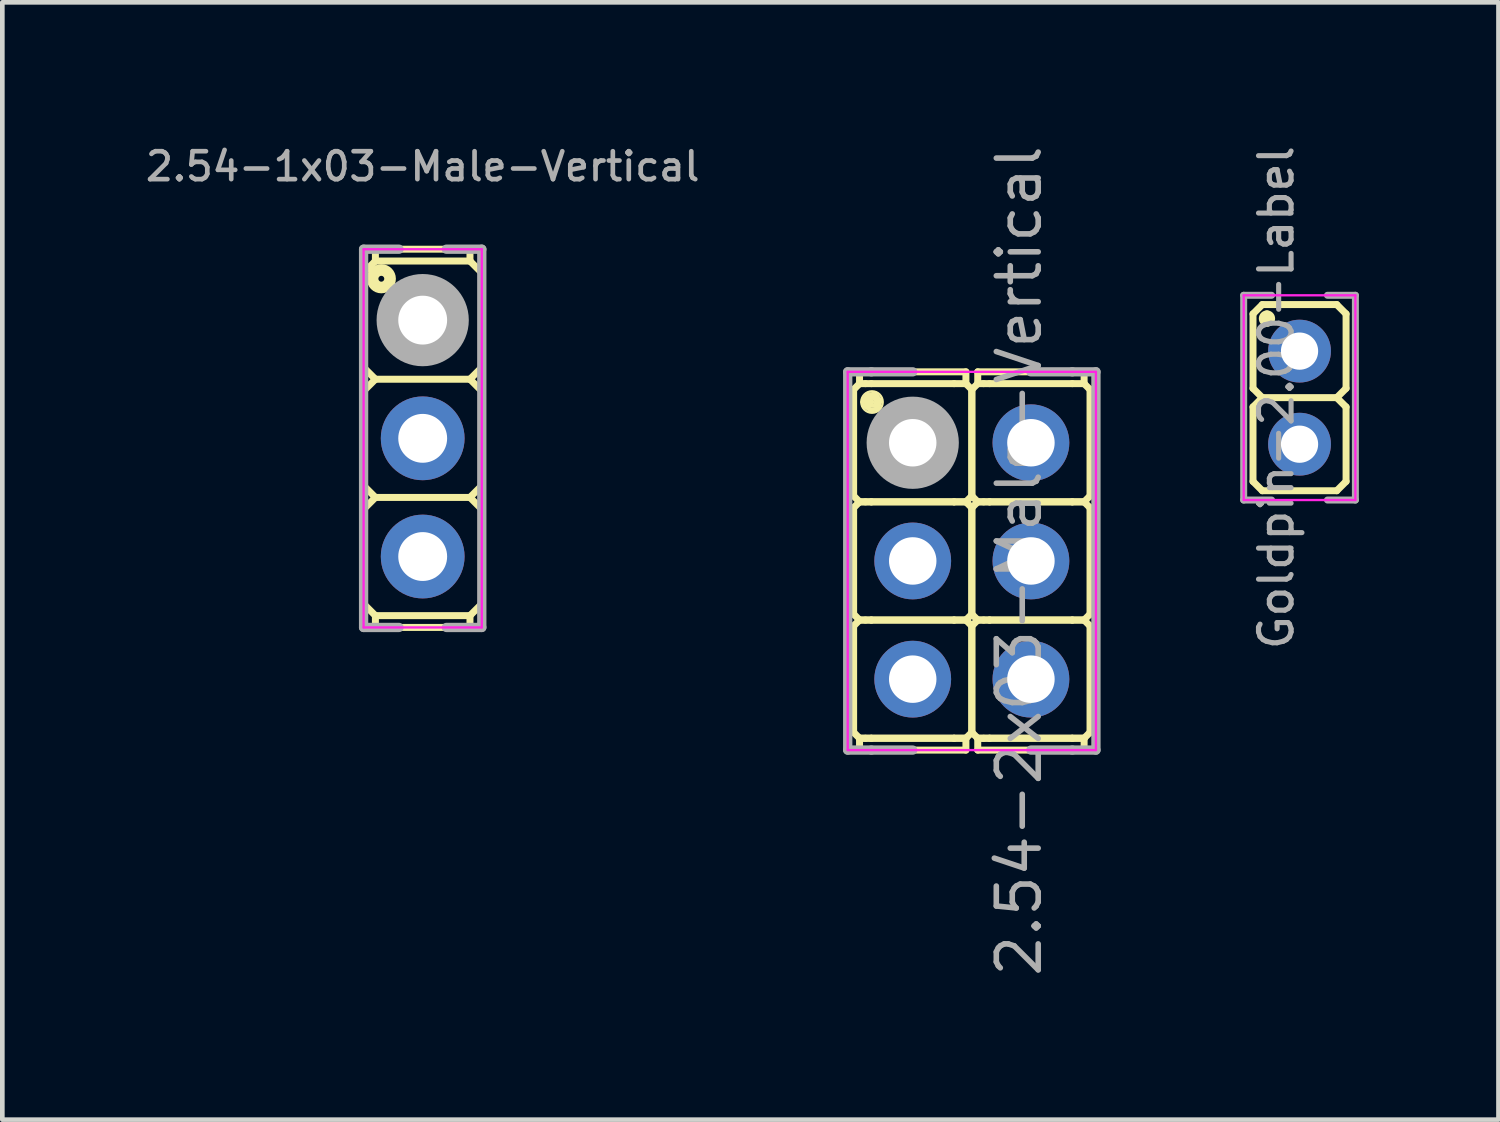
<source format=kicad_pcb>
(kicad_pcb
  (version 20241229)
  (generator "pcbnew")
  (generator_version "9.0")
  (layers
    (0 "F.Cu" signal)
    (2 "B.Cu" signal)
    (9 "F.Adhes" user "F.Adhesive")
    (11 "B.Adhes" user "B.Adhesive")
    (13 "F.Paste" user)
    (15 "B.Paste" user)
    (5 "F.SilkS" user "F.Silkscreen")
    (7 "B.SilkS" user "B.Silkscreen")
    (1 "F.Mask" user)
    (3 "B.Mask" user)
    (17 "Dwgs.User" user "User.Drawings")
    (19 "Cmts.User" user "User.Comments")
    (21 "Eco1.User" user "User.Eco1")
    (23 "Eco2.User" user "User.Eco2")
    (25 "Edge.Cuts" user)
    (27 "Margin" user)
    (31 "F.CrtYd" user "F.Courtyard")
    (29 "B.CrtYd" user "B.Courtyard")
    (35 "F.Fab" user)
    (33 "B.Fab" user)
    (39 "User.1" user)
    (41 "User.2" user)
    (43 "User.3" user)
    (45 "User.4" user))
  (footprint "2.54-1x03-Male-Vertical"
    (layer "F.Cu")
    (at 6.033 6.369)
    (property "Reference" "2.54-1x03-Male-Vertical" (at 0 -5.842 180) (layer "F.Fab") (effects (font (size 0.6 0.6) (thickness 0.1))))
    (attr through_hole)
    (fp_line (start -1.27 -3.556) (end -1.27 -1.524) (stroke (width 0.15) (type solid)) (layer "F.SilkS"))
    (fp_line (start -1.27 -3.556) (end -1.016 -3.81) (stroke (width 0.15) (type solid)) (layer "F.SilkS"))
    (fp_line (start -1.27 -1.524) (end -1.016 -1.27) (stroke (width 0.15) (type solid)) (layer "F.SilkS"))
    (fp_line (start -1.27 -1.016) (end -1.27 1.016) (stroke (width 0.15) (type solid)) (layer "F.SilkS"))
    (fp_line (start -1.27 1.016) (end -1.016 1.27) (stroke (width 0.15) (type solid)) (layer "F.SilkS"))
    (fp_line (start -1.27 1.524) (end -1.27 3.556) (stroke (width 0.15) (type solid)) (layer "F.SilkS"))
    (fp_line (start -1.27 3.556) (end -1.016 3.81) (stroke (width 0.15) (type solid)) (layer "F.SilkS"))
    (fp_line (start -1.016 -4.064) (end 1.016 -4.064) (stroke (width 0.15) (type solid)) (layer "F.SilkS"))
    (fp_line (start -1.016 -3.81) (end -1.016 -4.064) (stroke (width 0.15) (type solid)) (layer "F.SilkS"))
    (fp_line (start -1.016 -3.81) (end 1.016 -3.81) (stroke (width 0.15) (type solid)) (layer "F.SilkS"))
    (fp_line (start -1.016 -1.27) (end -1.27 -1.016) (stroke (width 0.15) (type solid)) (layer "F.SilkS"))
    (fp_line (start -1.016 1.27) (end -1.27 1.524) (stroke (width 0.15) (type solid)) (layer "F.SilkS"))
    (fp_line (start -1.016 1.27) (end 1.016 1.27) (stroke (width 0.15) (type solid)) (layer "F.SilkS"))
    (fp_line (start -1.016 3.81) (end -1.016 4.064) (stroke (width 0.15) (type solid)) (layer "F.SilkS"))
    (fp_line (start -1.016 4.064) (end 1.016 4.064) (stroke (width 0.15) (type solid)) (layer "F.SilkS"))
    (fp_line (start 1.016 -4.064) (end 1.016 -3.81) (stroke (width 0.15) (type solid)) (layer "F.SilkS"))
    (fp_line (start 1.016 -3.81) (end 1.27 -3.556) (stroke (width 0.15) (type solid)) (layer "F.SilkS"))
    (fp_line (start 1.016 -1.27) (end -1.016 -1.27) (stroke (width 0.15) (type solid)) (layer "F.SilkS"))
    (fp_line (start 1.016 1.27) (end 1.27 1.016) (stroke (width 0.15) (type solid)) (layer "F.SilkS"))
    (fp_line (start 1.016 3.81) (end -1.016 3.81) (stroke (width 0.15) (type solid)) (layer "F.SilkS"))
    (fp_line (start 1.016 3.81) (end 1.27 3.556) (stroke (width 0.15) (type solid)) (layer "F.SilkS"))
    (fp_line (start 1.016 4.064) (end 1.016 3.81) (stroke (width 0.15) (type solid)) (layer "F.SilkS"))
    (fp_line (start 1.27 -3.556) (end 1.27 -1.524) (stroke (width 0.15) (type solid)) (layer "F.SilkS"))
    (fp_line (start 1.27 -1.524) (end 1.016 -1.27) (stroke (width 0.15) (type solid)) (layer "F.SilkS"))
    (fp_line (start 1.27 -1.016) (end 1.016 -1.27) (stroke (width 0.15) (type solid)) (layer "F.SilkS"))
    (fp_line (start 1.27 1.016) (end 1.27 -1.016) (stroke (width 0.15) (type solid)) (layer "F.SilkS"))
    (fp_line (start 1.27 1.524) (end 1.016 1.27) (stroke (width 0.15) (type solid)) (layer "F.SilkS"))
    (fp_line (start 1.27 3.556) (end 1.27 1.524) (stroke (width 0.15) (type solid)) (layer "F.SilkS"))
    (fp_circle (center -0.889 -3.429) (end -0.826 -3.429) (stroke (width 0.25) (type solid)) (fill no) (layer "F.SilkS"))
    (fp_line (start -1.27 -4.064) (end 1.27 -4.064) (stroke (width 0.05) (type solid)) (layer "F.CrtYd"))
    (fp_line (start -1.27 4.064) (end -1.27 -4.064) (stroke (width 0.05) (type solid)) (layer "F.CrtYd"))
    (fp_line (start 1.27 -4.064) (end 1.27 4.064) (stroke (width 0.05) (type solid)) (layer "F.CrtYd"))
    (fp_line (start 1.27 4.064) (end -1.27 4.064) (stroke (width 0.05) (type solid)) (layer "F.CrtYd"))
    (fp_line (start -1.27 -4.064) (end -1.27 4.064) (stroke (width 0.2) (type solid)) (layer "F.Fab"))
    (fp_line (start -0.508 -4.064) (end -1.27 -4.064) (stroke (width 0.2) (type solid)) (layer "F.Fab"))
    (fp_line (start -0.508 4.064) (end -1.27 4.064) (stroke (width 0.2) (type solid)) (layer "F.Fab"))
    (fp_line (start 1.27 -4.064) (end 0.508 -4.064) (stroke (width 0.2) (type solid)) (layer "F.Fab"))
    (fp_line (start 1.27 4.064) (end 0.508 4.064) (stroke (width 0.2) (type solid)) (layer "F.Fab"))
    (fp_line (start 1.27 4.064) (end 1.27 -4.064) (stroke (width 0.2) (type solid)) (layer "F.Fab"))
    (fp_circle (center 0 -2.54) (end 0 -2.349) (stroke (width 0.8) (type solid)) (fill no) (layer "F.Fab"))
    (pad "1" thru_hole circle (at 0 -2.54) (size 1.8 1.8) (drill 1.05) (layers "*.Cu" "*.Mask"))
    (pad "2" thru_hole circle (at 0 0) (size 1.8 1.8) (drill 1.05) (layers "*.Cu" "*.Mask"))
    (pad "3" thru_hole circle (at 0 2.54) (size 1.8 1.8) (drill 1.05) (layers "*.Cu" "*.Mask")))
  (footprint "Goldpin-2.00-Label"
    (layer "F.Cu")
    (at 24.875 5.495)
    (property "Reference" "Goldpin-2.00-Label" (at -0.5 0 90) (layer "F.Fab") (effects (font (size 0.7 0.7) (thickness 0.11))))
    (attr through_hole)
    (fp_line (start -1 -1.8) (end -0.8 -2) (stroke (width 0.15) (type solid)) (layer "F.SilkS"))
    (fp_line (start -1 -0.2) (end -1 -1.8) (stroke (width 0.15) (type solid)) (layer "F.SilkS"))
    (fp_line (start -1 0.2) (end -0.8 0) (stroke (width 0.15) (type solid)) (layer "F.SilkS"))
    (fp_line (start -1 1.8) (end -1 0.2) (stroke (width 0.15) (type solid)) (layer "F.SilkS"))
    (fp_line (start -0.8 0) (end -1 -0.2) (stroke (width 0.15) (type solid)) (layer "F.SilkS"))
    (fp_line (start -0.8 0) (end 0.8 0) (stroke (width 0.15) (type solid)) (layer "F.SilkS"))
    (fp_line (start -0.8 2) (end -1 1.8) (stroke (width 0.15) (type solid)) (layer "F.SilkS"))
    (fp_line (start -0.7 -1.8) (end -0.7 -1.6) (stroke (width 0.15) (type solid)) (layer "F.SilkS"))
    (fp_line (start 0.8 -2) (end -0.8 -2) (stroke (width 0.15) (type solid)) (layer "F.SilkS"))
    (fp_line (start 0.8 0) (end 1 -0.2) (stroke (width 0.15) (type solid)) (layer "F.SilkS"))
    (fp_line (start 0.8 0) (end 1 0.2) (stroke (width 0.15) (type solid)) (layer "F.SilkS"))
    (fp_line (start 0.8 2) (end -0.8 2) (stroke (width 0.15) (type solid)) (layer "F.SilkS"))
    (fp_line (start 1 -1.8) (end 0.8 -2) (stroke (width 0.15) (type solid)) (layer "F.SilkS"))
    (fp_line (start 1 -0.2) (end 1 -1.8) (stroke (width 0.15) (type solid)) (layer "F.SilkS"))
    (fp_line (start 1 0.2) (end 1 1.8) (stroke (width 0.15) (type solid)) (layer "F.SilkS"))
    (fp_line (start 1 1.8) (end 0.8 2) (stroke (width 0.15) (type solid)) (layer "F.SilkS"))
    (fp_circle (center -0.7 -1.7) (end -0.7 -1.6) (stroke (width 0.15) (type solid)) (fill no) (layer "F.SilkS"))
    (fp_line (start -1.2 -2.2) (end 1.2 -2.2) (stroke (width 0.05) (type solid)) (layer "F.CrtYd"))
    (fp_line (start -1.2 2.2) (end -1.2 -2.2) (stroke (width 0.05) (type solid)) (layer "F.CrtYd"))
    (fp_line (start 1.2 -2.2) (end 1.2 2.2) (stroke (width 0.05) (type solid)) (layer "F.CrtYd"))
    (fp_line (start 1.2 2.2) (end -1.2 2.2) (stroke (width 0.05) (type solid)) (layer "F.CrtYd"))
    (fp_line (start -1.2 -2.2) (end -1.2 2.2) (stroke (width 0.15) (type solid)) (layer "F.Fab"))
    (fp_line (start -1.2 2.2) (end -0.6 2.2) (stroke (width 0.15) (type solid)) (layer "F.Fab"))
    (fp_line (start -0.6 -2.2) (end -1.2 -2.2) (stroke (width 0.15) (type solid)) (layer "F.Fab"))
    (fp_line (start 0.6 2.2) (end 1.2 2.2) (stroke (width 0.15) (type solid)) (layer "F.Fab"))
    (fp_line (start 1.2 -2.2) (end 0.6 -2.2) (stroke (width 0.15) (type solid)) (layer "F.Fab"))
    (fp_line (start 1.2 2.2) (end 1.2 -2.2) (stroke (width 0.15) (type solid)) (layer "F.Fab"))
    (pad "1" thru_hole circle (at 0 -1) (size 1.35 1.35) (drill 0.8) (layers "*.Cu" "*.Mask"))
    (pad "2" thru_hole oval (at 0 1) (size 1.35 1.35) (drill 0.8) (layers "*.Cu" "*.Mask")))
  (footprint "2.54-2x03-Male-Vertical"
    (layer "F.Cu")
    (at 17.833 9.004)
    (property "Reference" "2.54-2x03-Male-Vertical" (at 1.016 0 90) (layer "F.Fab") (effects (font (size 0.9 0.9) (thickness 0.12))))
    (attr through_hole)
    (fp_line (start -2.54 -3.683) (end -2.413 -3.81) (stroke (width 0.15) (type solid)) (layer "F.SilkS"))
    (fp_line (start -2.54 -1.397) (end -2.54 -3.683) (stroke (width 0.15) (type solid)) (layer "F.SilkS"))
    (fp_line (start -2.54 -1.143) (end -2.413 -1.27) (stroke (width 0.15) (type solid)) (layer "F.SilkS"))
    (fp_line (start -2.54 1.143) (end -2.54 -1.143) (stroke (width 0.15) (type solid)) (layer "F.SilkS"))
    (fp_line (start -2.54 1.397) (end -2.413 1.27) (stroke (width 0.15) (type solid)) (layer "F.SilkS"))
    (fp_line (start -2.54 3.683) (end -2.54 1.397) (stroke (width 0.15) (type solid)) (layer "F.SilkS"))
    (fp_line (start -2.413 -4.064) (end -0.127 -4.064) (stroke (width 0.15) (type solid)) (layer "F.SilkS"))
    (fp_line (start -2.413 -3.81) (end -2.413 -4.064) (stroke (width 0.15) (type solid)) (layer "F.SilkS"))
    (fp_line (start -2.413 -3.81) (end -2.286 -3.81) (stroke (width 0.15) (type solid)) (layer "F.SilkS"))
    (fp_line (start -2.413 -1.27) (end -2.54 -1.397) (stroke (width 0.15) (type solid)) (layer "F.SilkS"))
    (fp_line (start -2.413 -1.27) (end -2.286 -1.27) (stroke (width 0.15) (type solid)) (layer "F.SilkS"))
    (fp_line (start -2.413 1.27) (end -2.54 1.143) (stroke (width 0.15) (type solid)) (layer "F.SilkS"))
    (fp_line (start -2.413 1.27) (end -2.286 1.27) (stroke (width 0.15) (type solid)) (layer "F.SilkS"))
    (fp_line (start -2.413 3.81) (end -2.54 3.683) (stroke (width 0.15) (type solid)) (layer "F.SilkS"))
    (fp_line (start -2.413 3.81) (end -2.413 4.064) (stroke (width 0.15) (type solid)) (layer "F.SilkS"))
    (fp_line (start -2.413 3.81) (end -2.286 3.81) (stroke (width 0.15) (type solid)) (layer "F.SilkS"))
    (fp_line (start -2.413 4.064) (end -0.127 4.064) (stroke (width 0.15) (type solid)) (layer "F.SilkS"))
    (fp_line (start -2.345 -3.415) (end -2.245 -3.565) (stroke (width 0.1) (type solid)) (layer "F.SilkS"))
    (fp_line (start -2.32 -3.34) (end -2.07 -3.34) (stroke (width 0.1) (type solid)) (layer "F.SilkS"))
    (fp_line (start -2.286 -3.81) (end -2.159 -3.81) (stroke (width 0.15) (type solid)) (layer "F.SilkS"))
    (fp_line (start -2.286 -1.27) (end -2.159 -1.27) (stroke (width 0.15) (type solid)) (layer "F.SilkS"))
    (fp_line (start -2.286 1.27) (end -2.159 1.27) (stroke (width 0.15) (type solid)) (layer "F.SilkS"))
    (fp_line (start -2.286 3.81) (end -2.159 3.81) (stroke (width 0.15) (type solid)) (layer "F.SilkS"))
    (fp_line (start -2.27 -3.415) (end -2.145 -3.415) (stroke (width 0.1) (type solid)) (layer "F.SilkS"))
    (fp_line (start -2.245 -3.565) (end -2.07 -3.59) (stroke (width 0.1) (type solid)) (layer "F.SilkS"))
    (fp_line (start -2.22 -3.49) (end -2.27 -3.415) (stroke (width 0.1) (type solid)) (layer "F.SilkS"))
    (fp_line (start -2.17 -3.24) (end -2.32 -3.34) (stroke (width 0.1) (type solid)) (layer "F.SilkS"))
    (fp_line (start -2.159 -1.27) (end -2.413 -1.27) (stroke (width 0.15) (type solid)) (layer "F.SilkS"))
    (fp_line (start -2.159 -1.27) (end -0.381 -1.27) (stroke (width 0.15) (type solid)) (layer "F.SilkS"))
    (fp_line (start -2.159 1.27) (end -2.413 1.27) (stroke (width 0.15) (type solid)) (layer "F.SilkS"))
    (fp_line (start -2.159 1.27) (end -0.381 1.27) (stroke (width 0.15) (type solid)) (layer "F.SilkS"))
    (fp_line (start -2.159 3.81) (end -2.413 3.81) (stroke (width 0.15) (type solid)) (layer "F.SilkS"))
    (fp_line (start -2.159 3.81) (end -0.381 3.81) (stroke (width 0.15) (type solid)) (layer "F.SilkS"))
    (fp_line (start -2.12 -3.515) (end -2.22 -3.49) (stroke (width 0.1) (type solid)) (layer "F.SilkS"))
    (fp_line (start -2.07 -3.59) (end -1.97 -3.44) (stroke (width 0.1) (type solid)) (layer "F.SilkS"))
    (fp_line (start -2.07 -3.34) (end -2.045 -3.44) (stroke (width 0.1) (type solid)) (layer "F.SilkS"))
    (fp_line (start -2.045 -3.44) (end -2.12 -3.515) (stroke (width 0.1) (type solid)) (layer "F.SilkS"))
    (fp_line (start -2.02 -3.265) (end -2.17 -3.24) (stroke (width 0.1) (type solid)) (layer "F.SilkS"))
    (fp_line (start -1.97 -3.44) (end -2.02 -3.265) (stroke (width 0.1) (type solid)) (layer "F.SilkS"))
    (fp_line (start -0.381 -3.81) (end -2.159 -3.81) (stroke (width 0.15) (type solid)) (layer "F.SilkS"))
    (fp_line (start -0.381 -3.81) (end -0.127 -3.81) (stroke (width 0.15) (type solid)) (layer "F.SilkS"))
    (fp_line (start -0.381 -1.27) (end -2.159 -1.27) (stroke (width 0.15) (type solid)) (layer "F.SilkS"))
    (fp_line (start -0.381 -1.27) (end -0.127 -1.27) (stroke (width 0.15) (type solid)) (layer "F.SilkS"))
    (fp_line (start -0.381 1.27) (end -2.159 1.27) (stroke (width 0.15) (type solid)) (layer "F.SilkS"))
    (fp_line (start -0.381 1.27) (end -0.127 1.27) (stroke (width 0.15) (type solid)) (layer "F.SilkS"))
    (fp_line (start -0.381 3.81) (end -2.159 3.81) (stroke (width 0.15) (type solid)) (layer "F.SilkS"))
    (fp_line (start -0.381 3.81) (end -0.127 3.81) (stroke (width 0.15) (type solid)) (layer "F.SilkS"))
    (fp_line (start -0.127 -4.064) (end -0.127 -3.81) (stroke (width 0.15) (type solid)) (layer "F.SilkS"))
    (fp_line (start -0.127 -3.81) (end 0 -3.683) (stroke (width 0.15) (type solid)) (layer "F.SilkS"))
    (fp_line (start -0.127 -1.27) (end -0.381 -1.27) (stroke (width 0.15) (type solid)) (layer "F.SilkS"))
    (fp_line (start -0.127 -1.27) (end 0 -1.143) (stroke (width 0.15) (type solid)) (layer "F.SilkS"))
    (fp_line (start -0.127 1.27) (end -0.381 1.27) (stroke (width 0.15) (type solid)) (layer "F.SilkS"))
    (fp_line (start -0.127 1.27) (end 0 1.397) (stroke (width 0.15) (type solid)) (layer "F.SilkS"))
    (fp_line (start -0.127 3.81) (end -0.381 3.81) (stroke (width 0.15) (type solid)) (layer "F.SilkS"))
    (fp_line (start -0.127 4.064) (end -0.127 3.81) (stroke (width 0.15) (type solid)) (layer "F.SilkS"))
    (fp_line (start 0 -3.683) (end 0 -1.397) (stroke (width 0.15) (type solid)) (layer "F.SilkS"))
    (fp_line (start 0 -3.683) (end 0.127 -3.81) (stroke (width 0.15) (type solid)) (layer "F.SilkS"))
    (fp_line (start 0 -1.397) (end -0.127 -1.27) (stroke (width 0.15) (type solid)) (layer "F.SilkS"))
    (fp_line (start 0 -1.397) (end 0 -3.683) (stroke (width 0.15) (type solid)) (layer "F.SilkS"))
    (fp_line (start 0 -1.143) (end 0 1.143) (stroke (width 0.15) (type solid)) (layer "F.SilkS"))
    (fp_line (start 0 -1.143) (end 0.127 -1.27) (stroke (width 0.15) (type solid)) (layer "F.SilkS"))
    (fp_line (start 0 1.143) (end -0.127 1.27) (stroke (width 0.15) (type solid)) (layer "F.SilkS"))
    (fp_line (start 0 1.143) (end 0 -1.143) (stroke (width 0.15) (type solid)) (layer "F.SilkS"))
    (fp_line (start 0 1.397) (end 0 3.683) (stroke (width 0.15) (type solid)) (layer "F.SilkS"))
    (fp_line (start 0 1.397) (end 0.127 1.27) (stroke (width 0.15) (type solid)) (layer "F.SilkS"))
    (fp_line (start 0 3.683) (end -0.127 3.81) (stroke (width 0.15) (type solid)) (layer "F.SilkS"))
    (fp_line (start 0 3.683) (end 0 1.397) (stroke (width 0.15) (type solid)) (layer "F.SilkS"))
    (fp_line (start 0.127 -4.064) (end 2.413 -4.064) (stroke (width 0.15) (type solid)) (layer "F.SilkS"))
    (fp_line (start 0.127 -3.81) (end 0.127 -4.064) (stroke (width 0.15) (type solid)) (layer "F.SilkS"))
    (fp_line (start 0.127 -3.81) (end 0.254 -3.81) (stroke (width 0.15) (type solid)) (layer "F.SilkS"))
    (fp_line (start 0.127 -1.27) (end 0 -1.397) (stroke (width 0.15) (type solid)) (layer "F.SilkS"))
    (fp_line (start 0.127 -1.27) (end 0.254 -1.27) (stroke (width 0.15) (type solid)) (layer "F.SilkS"))
    (fp_line (start 0.127 1.27) (end 0 1.143) (stroke (width 0.15) (type solid)) (layer "F.SilkS"))
    (fp_line (start 0.127 1.27) (end 0.254 1.27) (stroke (width 0.15) (type solid)) (layer "F.SilkS"))
    (fp_line (start 0.127 3.81) (end 0 3.683) (stroke (width 0.15) (type solid)) (layer "F.SilkS"))
    (fp_line (start 0.127 3.81) (end 0.127 4.064) (stroke (width 0.15) (type solid)) (layer "F.SilkS"))
    (fp_line (start 0.127 3.81) (end 0.254 3.81) (stroke (width 0.15) (type solid)) (layer "F.SilkS"))
    (fp_line (start 0.127 4.064) (end 2.413 4.064) (stroke (width 0.15) (type solid)) (layer "F.SilkS"))
    (fp_line (start 0.254 -3.81) (end 0.381 -3.81) (stroke (width 0.15) (type solid)) (layer "F.SilkS"))
    (fp_line (start 0.254 -1.27) (end 0.381 -1.27) (stroke (width 0.15) (type solid)) (layer "F.SilkS"))
    (fp_line (start 0.254 1.27) (end 0.381 1.27) (stroke (width 0.15) (type solid)) (layer "F.SilkS"))
    (fp_line (start 0.254 3.81) (end 0.381 3.81) (stroke (width 0.15) (type solid)) (layer "F.SilkS"))
    (fp_line (start 0.381 -1.27) (end 0.127 -1.27) (stroke (width 0.15) (type solid)) (layer "F.SilkS"))
    (fp_line (start 0.381 -1.27) (end 2.159 -1.27) (stroke (width 0.15) (type solid)) (layer "F.SilkS"))
    (fp_line (start 0.381 1.27) (end 0.127 1.27) (stroke (width 0.15) (type solid)) (layer "F.SilkS"))
    (fp_line (start 0.381 1.27) (end 2.159 1.27) (stroke (width 0.15) (type solid)) (layer "F.SilkS"))
    (fp_line (start 0.381 3.81) (end 0.127 3.81) (stroke (width 0.15) (type solid)) (layer "F.SilkS"))
    (fp_line (start 0.381 3.81) (end 2.159 3.81) (stroke (width 0.15) (type solid)) (layer "F.SilkS"))
    (fp_line (start 2.159 -3.81) (end 0.381 -3.81) (stroke (width 0.15) (type solid)) (layer "F.SilkS"))
    (fp_line (start 2.159 -3.81) (end 2.413 -3.81) (stroke (width 0.15) (type solid)) (layer "F.SilkS"))
    (fp_line (start 2.159 -1.27) (end 0.381 -1.27) (stroke (width 0.15) (type solid)) (layer "F.SilkS"))
    (fp_line (start 2.159 -1.27) (end 2.413 -1.27) (stroke (width 0.15) (type solid)) (layer "F.SilkS"))
    (fp_line (start 2.159 1.27) (end 0.381 1.27) (stroke (width 0.15) (type solid)) (layer "F.SilkS"))
    (fp_line (start 2.159 1.27) (end 2.413 1.27) (stroke (width 0.15) (type solid)) (layer "F.SilkS"))
    (fp_line (start 2.159 3.81) (end 0.381 3.81) (stroke (width 0.15) (type solid)) (layer "F.SilkS"))
    (fp_line (start 2.159 3.81) (end 2.413 3.81) (stroke (width 0.15) (type solid)) (layer "F.SilkS"))
    (fp_line (start 2.413 -4.064) (end 2.413 -3.81) (stroke (width 0.15) (type solid)) (layer "F.SilkS"))
    (fp_line (start 2.413 -3.81) (end 2.54 -3.683) (stroke (width 0.15) (type solid)) (layer "F.SilkS"))
    (fp_line (start 2.413 -1.27) (end 2.159 -1.27) (stroke (width 0.15) (type solid)) (layer "F.SilkS"))
    (fp_line (start 2.413 -1.27) (end 2.54 -1.143) (stroke (width 0.15) (type solid)) (layer "F.SilkS"))
    (fp_line (start 2.413 1.27) (end 2.159 1.27) (stroke (width 0.15) (type solid)) (layer "F.SilkS"))
    (fp_line (start 2.413 1.27) (end 2.54 1.397) (stroke (width 0.15) (type solid)) (layer "F.SilkS"))
    (fp_line (start 2.413 3.81) (end 2.159 3.81) (stroke (width 0.15) (type solid)) (layer "F.SilkS"))
    (fp_line (start 2.413 4.064) (end 2.413 3.81) (stroke (width 0.15) (type solid)) (layer "F.SilkS"))
    (fp_line (start 2.54 -3.683) (end 2.54 -1.397) (stroke (width 0.15) (type solid)) (layer "F.SilkS"))
    (fp_line (start 2.54 -1.397) (end 2.413 -1.27) (stroke (width 0.15) (type solid)) (layer "F.SilkS"))
    (fp_line (start 2.54 -1.143) (end 2.54 1.143) (stroke (width 0.15) (type solid)) (layer "F.SilkS"))
    (fp_line (start 2.54 1.143) (end 2.413 1.27) (stroke (width 0.15) (type solid)) (layer "F.SilkS"))
    (fp_line (start 2.54 1.397) (end 2.54 3.683) (stroke (width 0.15) (type solid)) (layer "F.SilkS"))
    (fp_line (start 2.54 3.683) (end 2.413 3.81) (stroke (width 0.15) (type solid)) (layer "F.SilkS"))
    (fp_circle (center -2.145 -3.415) (end -1.995 -3.24) (stroke (width 0.05) (type solid)) (fill no) (layer "F.SilkS"))
    (fp_line (start -2.667 -4.064) (end 2.667 -4.064) (stroke (width 0.05) (type solid)) (layer "F.CrtYd"))
    (fp_line (start -2.667 4.064) (end -2.667 -4.064) (stroke (width 0.05) (type solid)) (layer "F.CrtYd"))
    (fp_line (start 2.667 -4.064) (end 2.667 4.064) (stroke (width 0.05) (type solid)) (layer "F.CrtYd"))
    (fp_line (start 2.667 4.064) (end -2.667 4.064) (stroke (width 0.05) (type solid)) (layer "F.CrtYd"))
    (fp_line (start -2.667 -4.064) (end -2.159 -4.064) (stroke (width 0.2) (type solid)) (layer "F.Fab"))
    (fp_line (start -2.667 4.064) (end -2.667 -4.064) (stroke (width 0.2) (type solid)) (layer "F.Fab"))
    (fp_line (start -2.159 -4.064) (end -1.27 -4.064) (stroke (width 0.2) (type solid)) (layer "F.Fab"))
    (fp_line (start -2.159 4.064) (end -2.667 4.064) (stroke (width 0.2) (type solid)) (layer "F.Fab"))
    (fp_line (start -2.159 4.064) (end -1.27 4.064) (stroke (width 0.2) (type solid)) (layer "F.Fab"))
    (fp_line (start 2.159 -4.064) (end 1.27 -4.064) (stroke (width 0.2) (type solid)) (layer "F.Fab"))
    (fp_line (start 2.159 -4.064) (end 2.667 -4.064) (stroke (width 0.2) (type solid)) (layer "F.Fab"))
    (fp_line (start 2.159 4.064) (end 1.27 4.064) (stroke (width 0.2) (type solid)) (layer "F.Fab"))
    (fp_line (start 2.667 -4.064) (end 2.667 4.064) (stroke (width 0.2) (type solid)) (layer "F.Fab"))
    (fp_line (start 2.667 4.064) (end 2.159 4.064) (stroke (width 0.2) (type solid)) (layer "F.Fab"))
    (fp_circle (center -1.27 -2.54) (end -1.27 -2.349) (stroke (width 0.8) (type solid)) (fill no) (layer "F.Fab"))
    (pad "1" thru_hole circle (at -1.27 -2.54) (size 1.65 1.65) (drill 1.02) (layers "*.Cu" "*.Mask"))
    (pad "2" thru_hole circle (at 1.27 -2.54) (size 1.65 1.65) (drill 1.02) (layers "*.Cu" "*.Mask"))
    (pad "3" thru_hole circle (at -1.27 0) (size 1.65 1.65) (drill 1.02) (layers "*.Cu" "*.Mask"))
    (pad "4" thru_hole circle (at 1.27 0) (size 1.65 1.65) (drill 1.02) (layers "*.Cu" "*.Mask"))
    (pad "5" thru_hole circle (at -1.27 2.54) (size 1.65 1.65) (drill 1.02) (layers "*.Cu" "*.Mask"))
    (pad "6" thru_hole circle (at 1.27 2.54) (size 1.65 1.65) (drill 1.02) (layers "*.Cu" "*.Mask")))
  (gr_rect
    (start -3 -3)
    (end 29.15 21.009)
    (stroke (width 0.1) (type default))
    (fill no)
    (layer "Edge.Cuts")))
</source>
